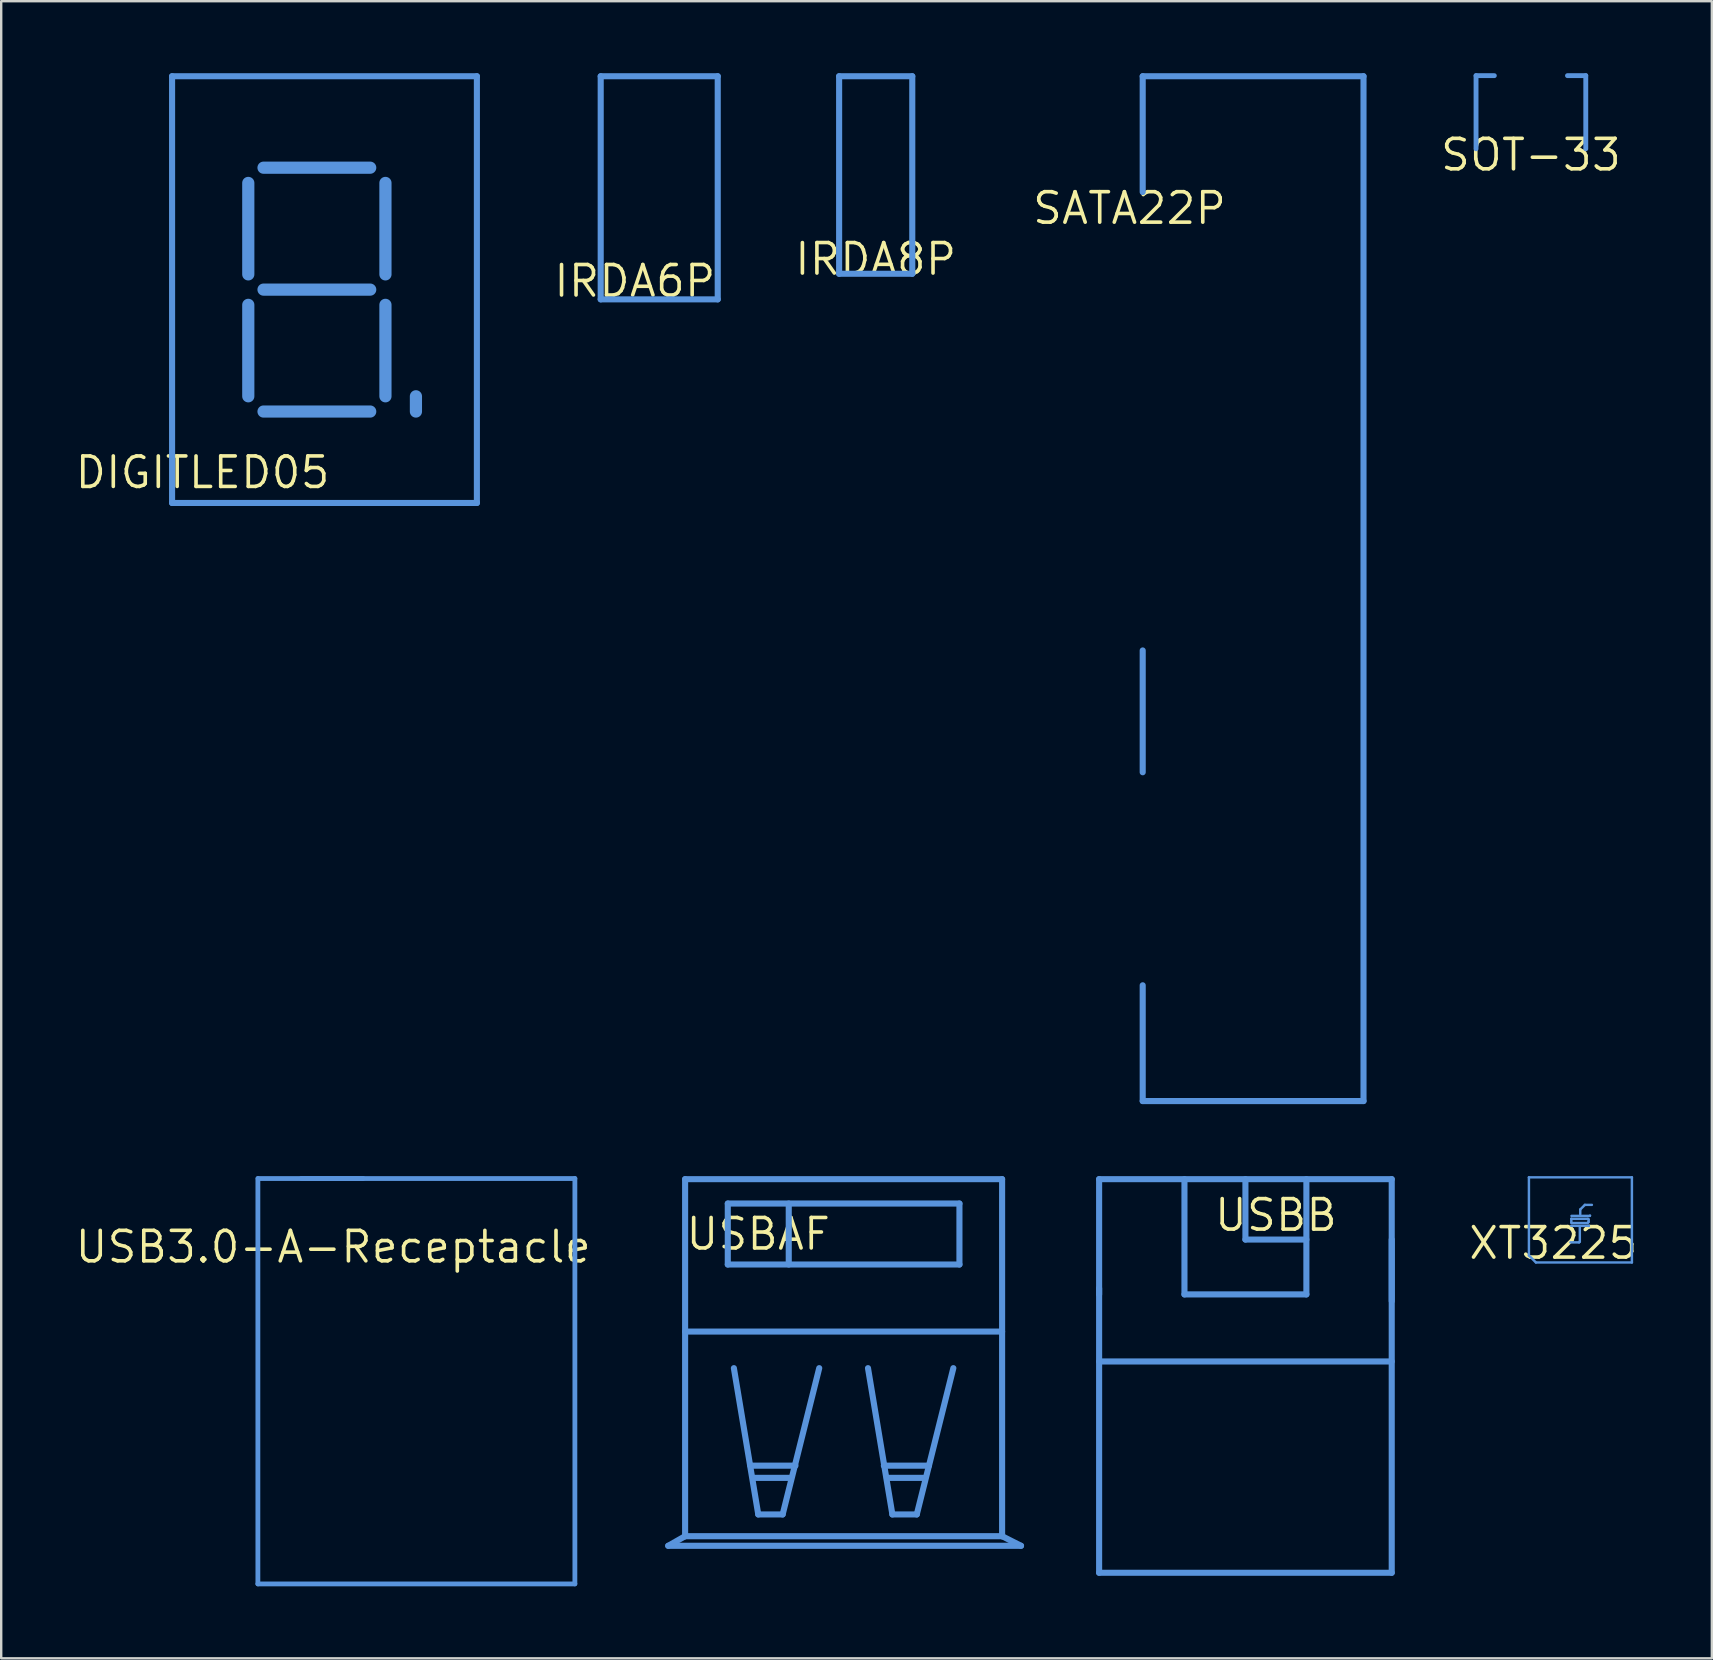
<source format=kicad_pcb>
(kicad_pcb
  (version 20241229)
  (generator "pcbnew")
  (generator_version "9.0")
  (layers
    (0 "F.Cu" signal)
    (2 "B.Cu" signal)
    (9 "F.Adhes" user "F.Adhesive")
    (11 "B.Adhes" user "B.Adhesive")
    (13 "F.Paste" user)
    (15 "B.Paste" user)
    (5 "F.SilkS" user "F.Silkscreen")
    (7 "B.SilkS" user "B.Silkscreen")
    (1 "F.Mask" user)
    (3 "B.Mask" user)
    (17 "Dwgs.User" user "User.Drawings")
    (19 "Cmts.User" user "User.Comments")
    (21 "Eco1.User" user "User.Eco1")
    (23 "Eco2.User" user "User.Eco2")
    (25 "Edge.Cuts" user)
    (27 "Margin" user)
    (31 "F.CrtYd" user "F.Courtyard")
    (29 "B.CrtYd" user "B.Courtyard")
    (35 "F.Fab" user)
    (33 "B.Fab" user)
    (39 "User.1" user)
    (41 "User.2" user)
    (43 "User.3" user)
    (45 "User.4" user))
  (footprint "SATA22P"
    (layer "F.Cu")
    (at 44.011 5.627)
    (property "Reference" "SATA22P" (at 0 0 0) (layer "F.SilkS") (effects (font (size 1.27 1.27) (thickness 0.15))))
    (attr through_hole)
    (fp_line (start 0.551 -5.5) (end 9.751 -5.5) (stroke (width 0.254) (type solid)) (layer "Cmts.User"))
    (fp_line (start 0.551 -0.676) (end 0.551 -5.5) (stroke (width 0.254) (type solid)) (layer "Cmts.User"))
    (fp_line (start 0.551 23.5) (end 0.551 18.425) (stroke (width 0.254) (type solid)) (layer "Cmts.User"))
    (fp_line (start 0.551 37.2) (end 0.551 32.376) (stroke (width 0.254) (type solid)) (layer "Cmts.User"))
    (fp_line (start 0.551 37.2) (end 9.751 37.2) (stroke (width 0.254) (type solid)) (layer "Cmts.User"))
    (fp_line (start 9.751 37.2) (end 9.751 -5.5) (stroke (width 0.254) (type solid)) (layer "Cmts.User")))
  (footprint "IRDA8P"
    (layer "F.Cu")
    (at 33.437 7.747)
    (property "Reference" "IRDA8P" (at 0 0 0) (layer "F.SilkS") (effects (font (size 1.27 1.27) (thickness 0.15))))
    (attr through_hole)
    (fp_line (start -1.524 -7.62) (end 1.524 -7.62) (stroke (width 0.254) (type solid)) (layer "Cmts.User"))
    (fp_line (start -1.524 0.61) (end -1.524 -7.62) (stroke (width 0.254) (type solid)) (layer "Cmts.User"))
    (fp_line (start -1.524 0.61) (end 1.524 0.61) (stroke (width 0.254) (type solid)) (layer "Cmts.User"))
    (fp_line (start 1.524 0.61) (end 1.524 -7.62) (stroke (width 0.254) (type solid)) (layer "Cmts.User")))
  (footprint "USBAF"
    (layer "F.Cu")
    (at 28.544 48.367)
    (property "Reference" "USBAF" (at 0 0 0) (layer "F.SilkS") (effects (font (size 1.27 1.27) (thickness 0.15))))
    (attr through_hole)
    (fp_line (start -3.752 12.99) (end -3.048 12.59) (stroke (width 0.254) (type solid)) (layer "Cmts.User"))
    (fp_line (start -3.752 12.99) (end 10.948 12.99) (stroke (width 0.254) (type solid)) (layer "Cmts.User"))
    (fp_line (start -3.048 -2.286) (end 10.16 -2.286) (stroke (width 0.254) (type solid)) (layer "Cmts.User"))
    (fp_line (start -3.048 4.064) (end 10.16 4.064) (stroke (width 0.254) (type solid)) (layer "Cmts.User"))
    (fp_line (start -3.048 12.59) (end -3.048 -2.286) (stroke (width 0.254) (type solid)) (layer "Cmts.User"))
    (fp_line (start -3.048 12.59) (end 10.16 12.59) (stroke (width 0.254) (type solid)) (layer "Cmts.User"))
    (fp_line (start -1.27 -1.27) (end 8.382 -1.27) (stroke (width 0.254) (type solid)) (layer "Cmts.User"))
    (fp_line (start -1.27 1.27) (end -1.27 -1.27) (stroke (width 0.254) (type solid)) (layer "Cmts.User"))
    (fp_line (start -1.27 1.27) (end 8.382 1.27) (stroke (width 0.254) (type solid)) (layer "Cmts.User"))
    (fp_line (start -1.016 5.588) (end 0 11.684) (stroke (width 0.254) (type solid)) (layer "Cmts.User"))
    (fp_line (start -0.33 9.652) (end 1.549 9.652) (stroke (width 0.254) (type solid)) (layer "Cmts.User"))
    (fp_line (start -0.203 10.16) (end 1.321 10.16) (stroke (width 0.254) (type solid)) (layer "Cmts.User"))
    (fp_line (start 0 11.684) (end 1.016 11.684) (stroke (width 0.254) (type solid)) (layer "Cmts.User"))
    (fp_line (start 1.016 11.684) (end 2.54 5.588) (stroke (width 0.254) (type solid)) (layer "Cmts.User"))
    (fp_line (start 1.27 1.27) (end 1.27 -1.27) (stroke (width 0.254) (type solid)) (layer "Cmts.User"))
    (fp_line (start 4.572 5.588) (end 5.588 11.684) (stroke (width 0.254) (type solid)) (layer "Cmts.User"))
    (fp_line (start 5.232 9.652) (end 7.112 9.652) (stroke (width 0.254) (type solid)) (layer "Cmts.User"))
    (fp_line (start 5.359 10.16) (end 6.883 10.16) (stroke (width 0.254) (type solid)) (layer "Cmts.User"))
    (fp_line (start 5.588 11.684) (end 6.604 11.684) (stroke (width 0.254) (type solid)) (layer "Cmts.User"))
    (fp_line (start 6.604 11.684) (end 8.128 5.588) (stroke (width 0.254) (type solid)) (layer "Cmts.User"))
    (fp_line (start 8.382 1.27) (end 8.382 -1.27) (stroke (width 0.254) (type solid)) (layer "Cmts.User"))
    (fp_line (start 10.16 12.59) (end 10.16 -2.286) (stroke (width 0.254) (type solid)) (layer "Cmts.User"))
    (fp_line (start 10.16 12.59) (end 10.948 12.99) (stroke (width 0.254) (type solid)) (layer "Cmts.User")))
  (footprint "USBB"
    (layer "F.Cu")
    (at 50.112 47.581)
    (property "Reference" "USBB" (at 0 0 0) (layer "F.SilkS") (effects (font (size 1.27 1.27) (thickness 0.15))))
    (attr through_hole)
    (fp_line (start -7.366 -1.5) (end 4.826 -1.5) (stroke (width 0.254) (type solid)) (layer "Cmts.User"))
    (fp_line (start -7.366 3.302) (end -7.366 -1.5) (stroke (width 0.254) (type solid)) (layer "Cmts.User"))
    (fp_line (start -7.366 6.096) (end 4.826 6.096) (stroke (width 0.254) (type solid)) (layer "Cmts.User"))
    (fp_line (start -7.366 14.9) (end -7.366 3.048) (stroke (width 0.254) (type solid)) (layer "Cmts.User"))
    (fp_line (start -7.366 14.9) (end 4.826 14.9) (stroke (width 0.254) (type solid)) (layer "Cmts.User"))
    (fp_line (start -3.81 3.302) (end -3.81 -1.5) (stroke (width 0.254) (type solid)) (layer "Cmts.User"))
    (fp_line (start -3.81 3.302) (end 1.27 3.302) (stroke (width 0.254) (type solid)) (layer "Cmts.User"))
    (fp_line (start -1.27 1.016) (end -1.27 -1.5) (stroke (width 0.254) (type solid)) (layer "Cmts.User"))
    (fp_line (start -1.27 1.016) (end 1.27 1.016) (stroke (width 0.254) (type solid)) (layer "Cmts.User"))
    (fp_line (start 1.27 3.302) (end 1.27 -1.5) (stroke (width 0.254) (type solid)) (layer "Cmts.User"))
    (fp_line (start 4.826 3.58) (end 4.826 -1.5) (stroke (width 0.254) (type solid)) (layer "Cmts.User"))
    (fp_line (start 4.826 14.9) (end 4.826 1.016) (stroke (width 0.254) (type solid)) (layer "Cmts.User")))
  (footprint "SOT-33"
    (layer "F.Cu")
    (at 60.737 3.404)
    (property "Reference" "SOT-33" (at 0 0 0) (layer "F.SilkS") (effects (font (size 1.27 1.27) (thickness 0.15))))
    (attr through_hole)
    (fp_line (start -2.286 -3.302) (end -1.524 -3.302) (stroke (width 0.203) (type solid)) (layer "Cmts.User"))
    (fp_line (start -2.286 -0.254) (end -2.286 -3.302) (stroke (width 0.203) (type solid)) (layer "Cmts.User"))
    (fp_line (start 1.524 -3.302) (end 2.286 -3.302) (stroke (width 0.203) (type solid)) (layer "Cmts.User"))
    (fp_line (start 2.286 -0.254) (end 2.286 -3.302) (stroke (width 0.203) (type solid)) (layer "Cmts.User")))
  (footprint "USB3.0-A-Receptacle"
    (layer "F.Cu")
    (at 10.833 48.904)
    (property "Reference" "USB3.0-A-Receptacle" (at 0 0 0) (layer "F.SilkS") (effects (font (size 1.27 1.27) (thickness 0.15))))
    (attr through_hole)
    (fp_line (start -3.138 14.041) (end -3.138 -2.85) (stroke (width 0.2) (type solid)) (layer "Cmts.User"))
    (fp_line (start -3.138 14.041) (end 10.07 14.041) (stroke (width 0.2) (type solid)) (layer "Cmts.User"))
    (fp_line (start -3.13 -2.85) (end 10.07 -2.85) (stroke (width 0.2) (type solid)) (layer "Cmts.User"))
    (fp_line (start -1.33 -2.85) (end 1.245 -2.85) (stroke (width 0.2) (type solid)) (layer "Cmts.User"))
    (fp_line (start 10.07 14.041) (end 10.07 -2.85) (stroke (width 0.2) (type solid)) (layer "Cmts.User")))
  (footprint "DIGITLED05"
    (layer "F.Cu")
    (at 5.39 16.637)
    (property "Reference" "DIGITLED05" (at 0 0 0) (layer "F.SilkS") (effects (font (size 1.27 1.27) (thickness 0.15))))
    (attr through_hole)
    (fp_line (start -1.27 -16.51) (end 11.43 -16.51) (stroke (width 0.254) (type solid)) (layer "Cmts.User"))
    (fp_line (start -1.27 1.27) (end -1.27 -16.51) (stroke (width 0.254) (type solid)) (layer "Cmts.User"))
    (fp_line (start -1.27 1.27) (end 11.43 1.27) (stroke (width 0.254) (type solid)) (layer "Cmts.User"))
    (fp_line (start 1.905 -8.255) (end 1.905 -12.065) (stroke (width 0.508) (type solid)) (layer "Cmts.User"))
    (fp_line (start 1.905 -3.175) (end 1.905 -6.985) (stroke (width 0.508) (type solid)) (layer "Cmts.User"))
    (fp_line (start 2.54 -12.7) (end 6.985 -12.7) (stroke (width 0.508) (type solid)) (layer "Cmts.User"))
    (fp_line (start 2.54 -7.62) (end 6.985 -7.62) (stroke (width 0.508) (type solid)) (layer "Cmts.User"))
    (fp_line (start 2.54 -2.54) (end 6.985 -2.54) (stroke (width 0.508) (type solid)) (layer "Cmts.User"))
    (fp_line (start 7.62 -8.255) (end 7.62 -12.065) (stroke (width 0.508) (type solid)) (layer "Cmts.User"))
    (fp_line (start 7.62 -3.175) (end 7.62 -6.985) (stroke (width 0.508) (type solid)) (layer "Cmts.User"))
    (fp_line (start 8.89 -2.54) (end 8.89 -3.175) (stroke (width 0.508) (type solid)) (layer "Cmts.User"))
    (fp_line (start 11.43 1.27) (end 11.43 -16.51) (stroke (width 0.254) (type solid)) (layer "Cmts.User")))
  (footprint "XT3225"
    (layer "F.Cu")
    (at 61.671 48.748)
    (property "Reference" "XT3225" (at 0 0 0) (layer "F.SilkS") (effects (font (size 1.27 1.27) (thickness 0.15))))
    (attr through_hole)
    (fp_line (start -1.017 -2.743) (end 3.274 -2.743) (stroke (width 0.102) (type solid)) (layer "Cmts.User"))
    (fp_line (start -1.017 0.512) (end -1.017 -2.743) (stroke (width 0.102) (type solid)) (layer "Cmts.User"))
    (fp_line (start -1.017 0.512) (end -0.725 0.804) (stroke (width 0.102) (type solid)) (layer "Cmts.User"))
    (fp_line (start -0.725 0.804) (end 3.274 0.804) (stroke (width 0.102) (type solid)) (layer "Cmts.User"))
    (fp_line (start 0.713 -0.033) (end 1.073 -0.033) (stroke (width 0.102) (type solid)) (layer "Cmts.User"))
    (fp_line (start 0.744 -0.722) (end 1.476 -0.722) (stroke (width 0.102) (type solid)) (layer "Cmts.User"))
    (fp_line (start 0.75 -1.013) (end 1.445 -1.013) (stroke (width 0.102) (type solid)) (layer "Cmts.User"))
    (fp_line (start 0.75 -0.858) (end 0.75 -1.019) (stroke (width 0.102) (type solid)) (layer "Cmts.User"))
    (fp_line (start 0.75 -0.858) (end 0.769 -0.84) (stroke (width 0.102) (type solid)) (layer "Cmts.User"))
    (fp_line (start 0.757 -1.137) (end 1.519 -1.137) (stroke (width 0.102) (type solid)) (layer "Cmts.User"))
    (fp_line (start 0.769 -0.84) (end 1.426 -0.84) (stroke (width 0.102) (type solid)) (layer "Cmts.User"))
    (fp_line (start 1.073 -0.033) (end 1.104 -0.064) (stroke (width 0.102) (type solid)) (layer "Cmts.User"))
    (fp_line (start 1.104 -0.064) (end 1.104 -0.66) (stroke (width 0.102) (type solid)) (layer "Cmts.User"))
    (fp_line (start 1.122 -1.404) (end 1.315 -1.596) (stroke (width 0.102) (type solid)) (layer "Cmts.User"))
    (fp_line (start 1.122 -1.205) (end 1.122 -1.404) (stroke (width 0.102) (type solid)) (layer "Cmts.User"))
    (fp_line (start 1.315 -1.596) (end 1.606 -1.596) (stroke (width 0.102) (type solid)) (layer "Cmts.User"))
    (fp_line (start 1.426 -0.84) (end 1.47 -0.883) (stroke (width 0.102) (type solid)) (layer "Cmts.User"))
    (fp_line (start 1.445 -1.013) (end 1.47 -0.988) (stroke (width 0.102) (type solid)) (layer "Cmts.User"))
    (fp_line (start 1.47 -0.883) (end 1.47 -0.988) (stroke (width 0.102) (type solid)) (layer "Cmts.User"))
    (fp_line (start 1.476 -0.722) (end 1.482 -0.716) (stroke (width 0.102) (type solid)) (layer "Cmts.User"))
    (fp_line (start 1.519 -1.137) (end 1.532 -1.15) (stroke (width 0.102) (type solid)) (layer "Cmts.User"))
    (fp_line (start 3.274 0.804) (end 3.274 -2.743) (stroke (width 0.102) (type solid)) (layer "Cmts.User")))
  (footprint "IRDA6P"
    (layer "F.Cu")
    (at 23.401 8.661)
    (property "Reference" "IRDA6P" (at 0 0 0) (layer "F.SilkS") (effects (font (size 1.27 1.27) (thickness 0.15))))
    (attr through_hole)
    (fp_line (start -1.422 -8.534) (end 3.454 -8.534) (stroke (width 0.254) (type solid)) (layer "Cmts.User"))
    (fp_line (start -1.422 0.762) (end -1.422 -8.534) (stroke (width 0.254) (type solid)) (layer "Cmts.User"))
    (fp_line (start -1.422 0.762) (end 3.454 0.762) (stroke (width 0.254) (type solid)) (layer "Cmts.User"))
    (fp_line (start 3.454 0.762) (end 3.454 -8.534) (stroke (width 0.254) (type solid)) (layer "Cmts.User")))
  (gr_rect
    (start -3 -3)
    (end 68.276 66.045)
    (stroke (width 0.1) (type default))
    (fill no)
    (layer "Edge.Cuts")))
</source>
